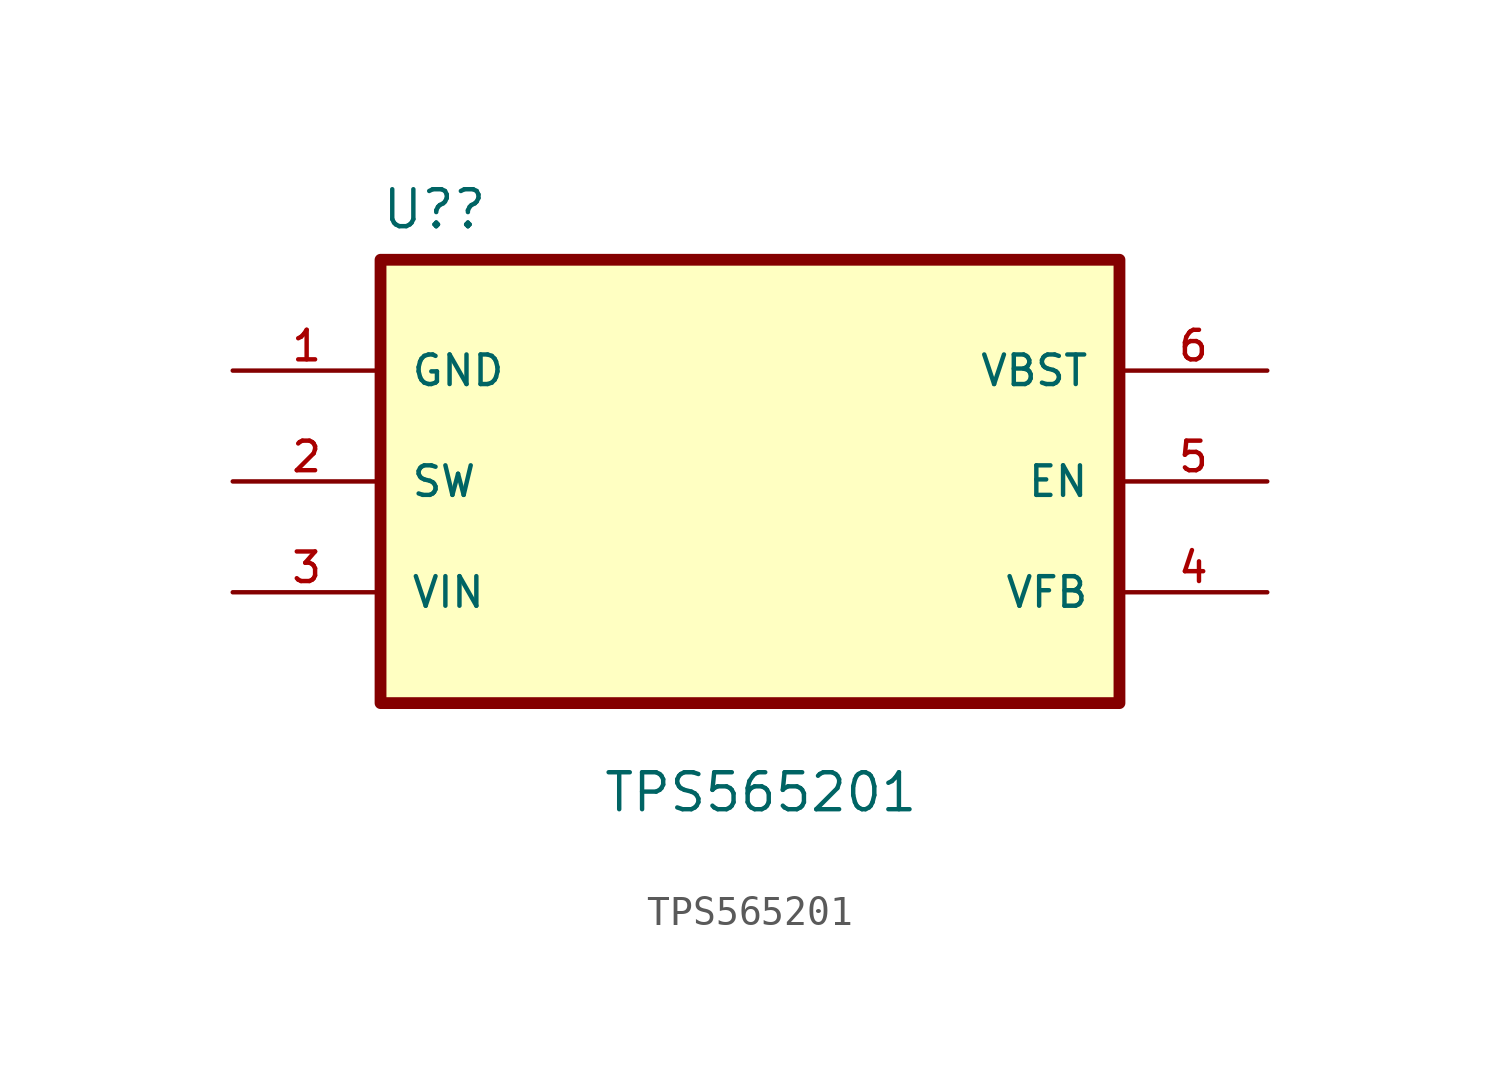
<source format=kicad_sym>
(kicad_symbol_lib
  (version 20211014)
  (generator kicad_symbol_editor)
  (symbol "TPS565201"
    (pin_names
      (offset 1.016))
    (property "Reference" "U?"
      (at -12.7 11.151 0)
      (effects (font (size 1.27 1.27)) (justify left bottom)))
    (property "Value" "TPS565201"
      (at -5.08 -8.89 0)
      (effects (font (size 1.27 1.27)) (justify left bottom)))
    (property "ki_locked" ""
      (at 0 0 0)
      (effects (font (size 1.27 1.27))))
    (symbol "TPS565201_0_0"
      (rectangle (start -12.7 10.16) (end 12.7 -5.08) (stroke (width 0.406) (type default) (color 0 0 0 0)) (fill (type background)))
      (pin power_in line (at -17.78 6.35 0) (length 5.08) (name "GND" (effects (font (size 1.016 1.016)))) (number "1" (effects (font (size 1.016 1.016)))))
      (pin bidirectional line (at -17.78 2.54 0) (length 5.08) (name "SW" (effects (font (size 1.016 1.016)))) (number "2" (effects (font (size 1.016 1.016)))))
      (pin bidirectional line (at -17.78 -1.27 0) (length 5.08) (name "VIN" (effects (font (size 1.016 1.016)))) (number "3" (effects (font (size 1.016 1.016)))))
      (pin bidirectional line (at 17.78 -1.27 180) (length 5.08) (name "VFB" (effects (font (size 1.016 1.016)))) (number "4" (effects (font (size 1.016 1.016)))))
      (pin bidirectional line (at 17.78 2.54 180) (length 5.08) (name "EN" (effects (font (size 1.016 1.016)))) (number "5" (effects (font (size 1.016 1.016)))))
      (pin bidirectional line (at 17.78 6.35 180) (length 5.08) (name "VBST" (effects (font (size 1.016 1.016)))) (number "6" (effects (font (size 1.016 1.016))))))))
</source>
